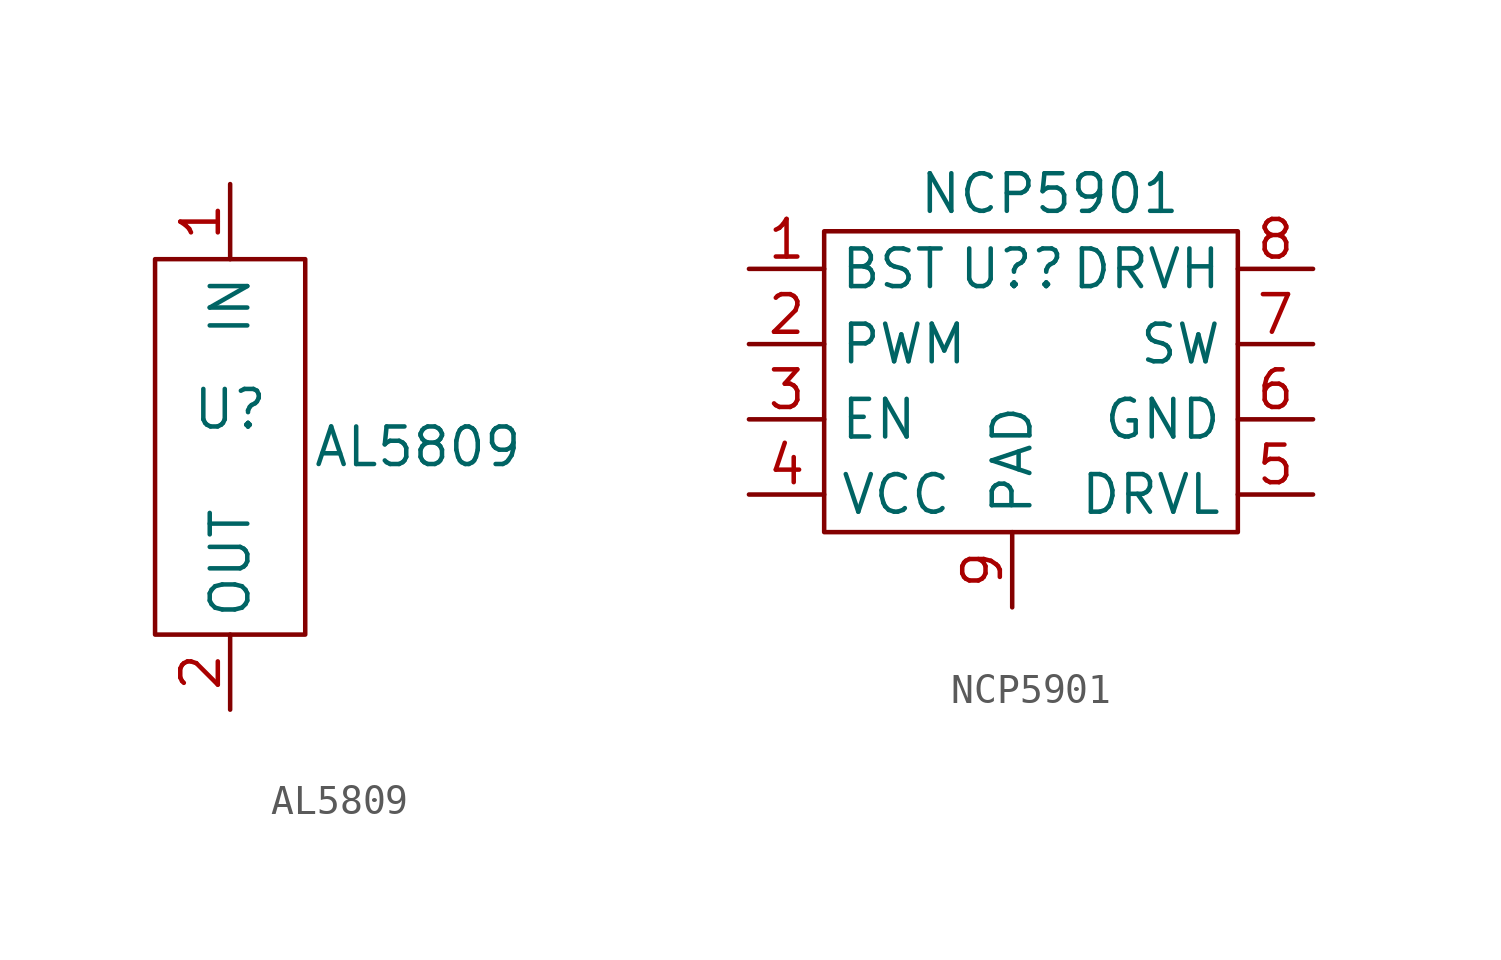
<source format=kicad_sym>
(kicad_symbol_lib
  (version 20211014)
  (generator kicad_symbol_editor)
  (symbol "AL5809"
    (property "Reference" "U"
      (at 0 1.27 0)
      (effects (font (size 1.27 1.27))))
    (property "Value" "AL5809"
      (at 6.35 0 0)
      (effects (font (size 1.27 1.27))))
    (symbol "AL5809_0_1"
      (rectangle (start 2.54 -6.35) (end -2.54 6.35) (stroke (width 0) (type default) (color 0 0 0 0)) (fill (type none))))
    (symbol "AL5809_1_1"
      (pin input line (at 0 8.89 270) (length 2.54) (name "IN" (effects (font (size 1.27 1.27)))) (number "1" (effects (font (size 1.27 1.27)))))
      (pin input line (at 0 -8.89 90) (length 2.54) (name "OUT" (effects (font (size 1.27 1.27)))) (number "2" (effects (font (size 1.27 1.27)))))))
  (symbol "NCP5901"
    (property "Reference" "U?"
      (at 0 2.54 0)
      (effects (font (size 1.27 1.27))))
    (property "Value" "NCP5901"
      (at 1.27 5.08 0)
      (effects (font (size 1.27 1.27))))
    (symbol "NCP5901_0_1"
      (rectangle (start -6.35 3.81) (end 7.62 -6.35) (stroke (width 0) (type default) (color 0 0 0 0)) (fill (type none))))
    (symbol "NCP5901_1_1"
      (pin input line (at -8.89 2.54 0) (length 2.54) (name "BST" (effects (font (size 1.27 1.27)))) (number "1" (effects (font (size 1.27 1.27)))))
      (pin input line (at -8.89 0 0) (length 2.54) (name "PWM" (effects (font (size 1.27 1.27)))) (number "2" (effects (font (size 1.27 1.27)))))
      (pin input line (at -8.89 -2.54 0) (length 2.54) (name "EN" (effects (font (size 1.27 1.27)))) (number "3" (effects (font (size 1.27 1.27)))))
      (pin input line (at -8.89 -5.08 0) (length 2.54) (name "VCC" (effects (font (size 1.27 1.27)))) (number "4" (effects (font (size 1.27 1.27)))))
      (pin input line (at 10.16 -5.08 180) (length 2.54) (name "DRVL" (effects (font (size 1.27 1.27)))) (number "5" (effects (font (size 1.27 1.27)))))
      (pin input line (at 10.16 -2.54 180) (length 2.54) (name "GND" (effects (font (size 1.27 1.27)))) (number "6" (effects (font (size 1.27 1.27)))))
      (pin input line (at 10.16 0 180) (length 2.54) (name "SW" (effects (font (size 1.27 1.27)))) (number "7" (effects (font (size 1.27 1.27)))))
      (pin input line (at 10.16 2.54 180) (length 2.54) (name "DRVH" (effects (font (size 1.27 1.27)))) (number "8" (effects (font (size 1.27 1.27)))))
      (pin input line (at 0 -8.89 90) (length 2.54) (name "PAD" (effects (font (size 1.27 1.27)))) (number "9" (effects (font (size 1.27 1.27))))))))
</source>
